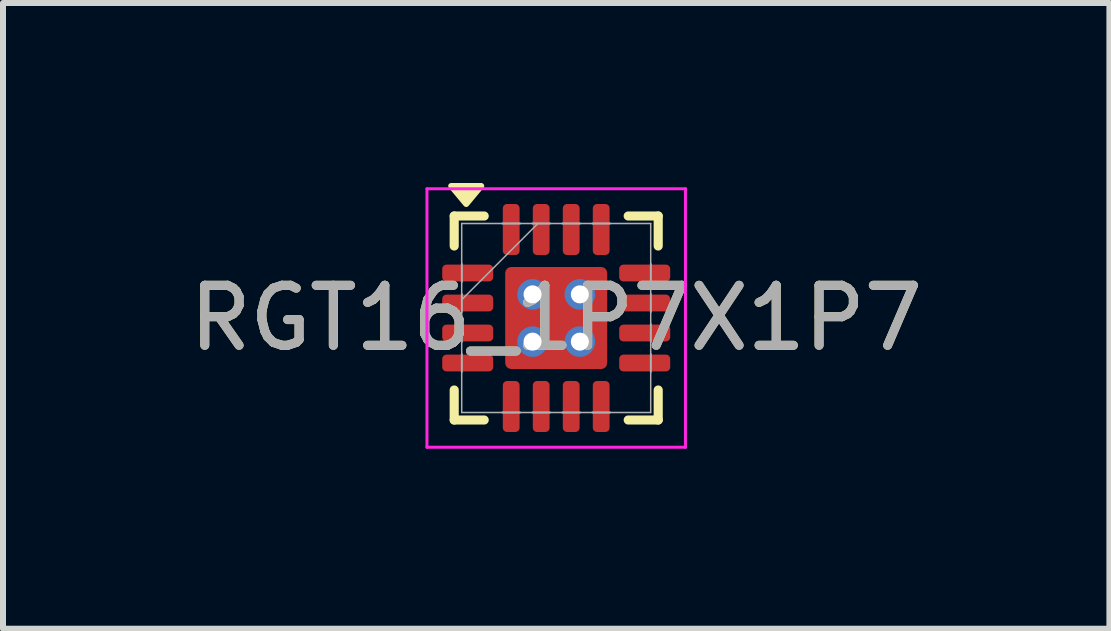
<source format=kicad_pcb>
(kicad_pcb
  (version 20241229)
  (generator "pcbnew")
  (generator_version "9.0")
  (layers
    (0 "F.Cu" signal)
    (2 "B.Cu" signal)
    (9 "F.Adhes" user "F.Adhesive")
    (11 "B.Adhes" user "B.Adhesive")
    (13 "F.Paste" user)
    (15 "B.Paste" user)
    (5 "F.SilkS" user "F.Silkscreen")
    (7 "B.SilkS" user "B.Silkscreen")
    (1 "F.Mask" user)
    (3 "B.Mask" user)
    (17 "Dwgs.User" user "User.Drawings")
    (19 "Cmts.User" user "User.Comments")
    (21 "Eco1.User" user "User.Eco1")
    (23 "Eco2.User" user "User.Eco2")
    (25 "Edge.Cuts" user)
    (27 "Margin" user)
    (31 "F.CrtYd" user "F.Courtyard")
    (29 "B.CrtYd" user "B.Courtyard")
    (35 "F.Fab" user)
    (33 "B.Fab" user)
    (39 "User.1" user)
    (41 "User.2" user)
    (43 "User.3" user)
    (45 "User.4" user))
  (footprint "RGT16_1P7X1P7"
    (layer "F.Cu")
    (at 6.22 2.25)
    (property "Reference" "RGT16_1P7X1P7" (at 0 0 0) (unlocked yes) (layer "F.SilkS") (effects (font (size 1 1) (thickness 0.15))))
    (attr smd)
    (fp_rect (start -0.8 -0.8) (end 0.8 0.8) (stroke (width 0.1) (type default)) (fill yes) (layer "F.Mask"))
    (fp_line (start -1.7 -1.7) (end -1.7 -1.2) (stroke (width 0.152) (type solid)) (layer "F.SilkS"))
    (fp_line (start -1.7 1.7) (end -1.7 1.2) (stroke (width 0.152) (type solid)) (layer "F.SilkS"))
    (fp_line (start -1.2 -1.7) (end -1.7 -1.7) (stroke (width 0.152) (type solid)) (layer "F.SilkS"))
    (fp_line (start -1.2 1.7) (end -1.7 1.7) (stroke (width 0.152) (type solid)) (layer "F.SilkS"))
    (fp_line (start 1.2 -1.7) (end 1.7 -1.7) (stroke (width 0.152) (type solid)) (layer "F.SilkS"))
    (fp_line (start 1.2 1.7) (end 1.7 1.7) (stroke (width 0.152) (type solid)) (layer "F.SilkS"))
    (fp_line (start 1.7 -1.7) (end 1.7 -1.2) (stroke (width 0.152) (type solid)) (layer "F.SilkS"))
    (fp_line (start 1.7 1.7) (end 1.7 1.2) (stroke (width 0.152) (type solid)) (layer "F.SilkS"))
    (fp_poly (pts (xy -1.5 -1.9) (xy -1.75 -2.2) (xy -1.25 -2.2)) (stroke (width 0.1) (type solid)) (fill yes) (layer "F.SilkS"))
    (fp_circle (center 0 0) (end 0.15 -0.2) (stroke (width 0.1) (type default)) (fill yes) (layer "F.Paste"))
    (fp_poly (pts (xy -0.775 -0.775) (xy -0.775 -0.494) (xy -0.635 -0.494) (xy -0.494 -0.635) (xy -0.494 -0.775)) (stroke (width 0) (type solid)) (fill yes) (layer "F.Paste"))
    (fp_poly (pts (xy -0.775 0.494) (xy -0.775 0.775) (xy -0.494 0.775) (xy -0.494 0.635) (xy -0.635 0.494)) (stroke (width 0) (type solid)) (fill yes) (layer "F.Paste"))
    (fp_poly (pts (xy 0.494 -0.775) (xy 0.494 -0.635) (xy 0.635 -0.494) (xy 0.775 -0.494) (xy 0.775 -0.775)) (stroke (width 0) (type solid)) (fill yes) (layer "F.Paste"))
    (fp_poly (pts (xy 0.635 0.494) (xy 0.494 0.635) (xy 0.494 0.775) (xy 0.775 0.775) (xy 0.775 0.494)) (stroke (width 0) (type solid)) (fill yes) (layer "F.Paste"))
    (fp_poly (pts (xy -0.775 -0.294) (xy -0.775 0.294) (xy -0.635 0.294) (xy -0.494 0.152) (xy -0.494 -0.152) (xy -0.635 -0.294)) (stroke (width 0) (type solid)) (fill yes) (layer "F.Paste"))
    (fp_poly (pts (xy -0.294 -0.775) (xy -0.294 -0.635) (xy -0.152 -0.494) (xy 0.152 -0.494) (xy 0.294 -0.635) (xy 0.294 -0.775)) (stroke (width 0) (type solid)) (fill yes) (layer "F.Paste"))
    (fp_poly (pts (xy -0.152 0.494) (xy -0.294 0.635) (xy -0.294 0.775) (xy 0.294 0.775) (xy 0.294 0.635) (xy 0.152 0.494)) (stroke (width 0) (type solid)) (fill yes) (layer "F.Paste"))
    (fp_poly (pts (xy 0.635 -0.294) (xy 0.494 -0.152) (xy 0.494 0.152) (xy 0.635 0.294) (xy 0.775 0.294) (xy 0.775 -0.294)) (stroke (width 0) (type solid)) (fill yes) (layer "F.Paste"))
    (fp_line (start -2.154 -2.154) (end 2.154 -2.154) (stroke (width 0.05) (type solid)) (layer "F.CrtYd"))
    (fp_line (start -2.154 2.154) (end -2.154 -2.154) (stroke (width 0.05) (type solid)) (layer "F.CrtYd"))
    (fp_line (start 2.154 -2.154) (end 2.154 2.154) (stroke (width 0.05) (type solid)) (layer "F.CrtYd"))
    (fp_line (start 2.154 2.154) (end -2.154 2.154) (stroke (width 0.05) (type solid)) (layer "F.CrtYd"))
    (fp_line (start -1.575 -1.575) (end -1.575 1.575) (stroke (width 0.025) (type solid)) (layer "F.Fab"))
    (fp_line (start -1.575 -0.9) (end -1.575 -0.9) (stroke (width 0.025) (type solid)) (layer "F.Fab"))
    (fp_line (start -1.575 -0.9) (end -1.575 -0.6) (stroke (width 0.025) (type solid)) (layer "F.Fab"))
    (fp_line (start -1.575 -0.6) (end -1.575 -0.9) (stroke (width 0.025) (type solid)) (layer "F.Fab"))
    (fp_line (start -1.575 -0.6) (end -1.575 -0.6) (stroke (width 0.025) (type solid)) (layer "F.Fab"))
    (fp_line (start -1.575 -0.4) (end -1.575 -0.4) (stroke (width 0.025) (type solid)) (layer "F.Fab"))
    (fp_line (start -1.575 -0.4) (end -1.575 -0.1) (stroke (width 0.025) (type solid)) (layer "F.Fab"))
    (fp_line (start -1.575 -0.305) (end -0.305 -1.575) (stroke (width 0.025) (type solid)) (layer "F.Fab"))
    (fp_line (start -1.575 -0.1) (end -1.575 -0.4) (stroke (width 0.025) (type solid)) (layer "F.Fab"))
    (fp_line (start -1.575 -0.1) (end -1.575 -0.1) (stroke (width 0.025) (type solid)) (layer "F.Fab"))
    (fp_line (start -1.575 0.1) (end -1.575 0.1) (stroke (width 0.025) (type solid)) (layer "F.Fab"))
    (fp_line (start -1.575 0.1) (end -1.575 0.4) (stroke (width 0.025) (type solid)) (layer "F.Fab"))
    (fp_line (start -1.575 0.4) (end -1.575 0.1) (stroke (width 0.025) (type solid)) (layer "F.Fab"))
    (fp_line (start -1.575 0.4) (end -1.575 0.4) (stroke (width 0.025) (type solid)) (layer "F.Fab"))
    (fp_line (start -1.575 0.6) (end -1.575 0.6) (stroke (width 0.025) (type solid)) (layer "F.Fab"))
    (fp_line (start -1.575 0.6) (end -1.575 0.9) (stroke (width 0.025) (type solid)) (layer "F.Fab"))
    (fp_line (start -1.575 0.9) (end -1.575 0.6) (stroke (width 0.025) (type solid)) (layer "F.Fab"))
    (fp_line (start -1.575 0.9) (end -1.575 0.9) (stroke (width 0.025) (type solid)) (layer "F.Fab"))
    (fp_line (start -1.575 1.575) (end 1.575 1.575) (stroke (width 0.025) (type solid)) (layer "F.Fab"))
    (fp_line (start -0.9 -1.575) (end -0.9 -1.575) (stroke (width 0.025) (type solid)) (layer "F.Fab"))
    (fp_line (start -0.9 -1.575) (end -0.6 -1.575) (stroke (width 0.025) (type solid)) (layer "F.Fab"))
    (fp_line (start -0.9 1.575) (end -0.9 1.575) (stroke (width 0.025) (type solid)) (layer "F.Fab"))
    (fp_line (start -0.9 1.575) (end -0.6 1.575) (stroke (width 0.025) (type solid)) (layer "F.Fab"))
    (fp_line (start -0.6 -1.575) (end -0.9 -1.575) (stroke (width 0.025) (type solid)) (layer "F.Fab"))
    (fp_line (start -0.6 -1.575) (end -0.6 -1.575) (stroke (width 0.025) (type solid)) (layer "F.Fab"))
    (fp_line (start -0.6 1.575) (end -0.9 1.575) (stroke (width 0.025) (type solid)) (layer "F.Fab"))
    (fp_line (start -0.6 1.575) (end -0.6 1.575) (stroke (width 0.025) (type solid)) (layer "F.Fab"))
    (fp_line (start -0.4 -1.575) (end -0.4 -1.575) (stroke (width 0.025) (type solid)) (layer "F.Fab"))
    (fp_line (start -0.4 -1.575) (end -0.1 -1.575) (stroke (width 0.025) (type solid)) (layer "F.Fab"))
    (fp_line (start -0.4 1.575) (end -0.4 1.575) (stroke (width 0.025) (type solid)) (layer "F.Fab"))
    (fp_line (start -0.4 1.575) (end -0.1 1.575) (stroke (width 0.025) (type solid)) (layer "F.Fab"))
    (fp_line (start -0.1 -1.575) (end -0.4 -1.575) (stroke (width 0.025) (type solid)) (layer "F.Fab"))
    (fp_line (start -0.1 -1.575) (end -0.1 -1.575) (stroke (width 0.025) (type solid)) (layer "F.Fab"))
    (fp_line (start -0.1 1.575) (end -0.4 1.575) (stroke (width 0.025) (type solid)) (layer "F.Fab"))
    (fp_line (start -0.1 1.575) (end -0.1 1.575) (stroke (width 0.025) (type solid)) (layer "F.Fab"))
    (fp_line (start 0.1 -1.575) (end 0.1 -1.575) (stroke (width 0.025) (type solid)) (layer "F.Fab"))
    (fp_line (start 0.1 -1.575) (end 0.4 -1.575) (stroke (width 0.025) (type solid)) (layer "F.Fab"))
    (fp_line (start 0.1 1.575) (end 0.1 1.575) (stroke (width 0.025) (type solid)) (layer "F.Fab"))
    (fp_line (start 0.1 1.575) (end 0.4 1.575) (stroke (width 0.025) (type solid)) (layer "F.Fab"))
    (fp_line (start 0.4 -1.575) (end 0.1 -1.575) (stroke (width 0.025) (type solid)) (layer "F.Fab"))
    (fp_line (start 0.4 -1.575) (end 0.4 -1.575) (stroke (width 0.025) (type solid)) (layer "F.Fab"))
    (fp_line (start 0.4 1.575) (end 0.1 1.575) (stroke (width 0.025) (type solid)) (layer "F.Fab"))
    (fp_line (start 0.4 1.575) (end 0.4 1.575) (stroke (width 0.025) (type solid)) (layer "F.Fab"))
    (fp_line (start 0.6 -1.575) (end 0.6 -1.575) (stroke (width 0.025) (type solid)) (layer "F.Fab"))
    (fp_line (start 0.6 -1.575) (end 0.9 -1.575) (stroke (width 0.025) (type solid)) (layer "F.Fab"))
    (fp_line (start 0.6 1.575) (end 0.6 1.575) (stroke (width 0.025) (type solid)) (layer "F.Fab"))
    (fp_line (start 0.6 1.575) (end 0.9 1.575) (stroke (width 0.025) (type solid)) (layer "F.Fab"))
    (fp_line (start 0.9 -1.575) (end 0.6 -1.575) (stroke (width 0.025) (type solid)) (layer "F.Fab"))
    (fp_line (start 0.9 -1.575) (end 0.9 -1.575) (stroke (width 0.025) (type solid)) (layer "F.Fab"))
    (fp_line (start 0.9 1.575) (end 0.6 1.575) (stroke (width 0.025) (type solid)) (layer "F.Fab"))
    (fp_line (start 0.9 1.575) (end 0.9 1.575) (stroke (width 0.025) (type solid)) (layer "F.Fab"))
    (fp_line (start 1.575 -1.575) (end -1.575 -1.575) (stroke (width 0.025) (type solid)) (layer "F.Fab"))
    (fp_line (start 1.575 -0.9) (end 1.575 -0.9) (stroke (width 0.025) (type solid)) (layer "F.Fab"))
    (fp_line (start 1.575 -0.9) (end 1.575 -0.6) (stroke (width 0.025) (type solid)) (layer "F.Fab"))
    (fp_line (start 1.575 -0.6) (end 1.575 -0.9) (stroke (width 0.025) (type solid)) (layer "F.Fab"))
    (fp_line (start 1.575 -0.6) (end 1.575 -0.6) (stroke (width 0.025) (type solid)) (layer "F.Fab"))
    (fp_line (start 1.575 -0.4) (end 1.575 -0.4) (stroke (width 0.025) (type solid)) (layer "F.Fab"))
    (fp_line (start 1.575 -0.4) (end 1.575 -0.1) (stroke (width 0.025) (type solid)) (layer "F.Fab"))
    (fp_line (start 1.575 -0.1) (end 1.575 -0.4) (stroke (width 0.025) (type solid)) (layer "F.Fab"))
    (fp_line (start 1.575 -0.1) (end 1.575 -0.1) (stroke (width 0.025) (type solid)) (layer "F.Fab"))
    (fp_line (start 1.575 0.1) (end 1.575 0.1) (stroke (width 0.025) (type solid)) (layer "F.Fab"))
    (fp_line (start 1.575 0.1) (end 1.575 0.4) (stroke (width 0.025) (type solid)) (layer "F.Fab"))
    (fp_line (start 1.575 0.4) (end 1.575 0.1) (stroke (width 0.025) (type solid)) (layer "F.Fab"))
    (fp_line (start 1.575 0.4) (end 1.575 0.4) (stroke (width 0.025) (type solid)) (layer "F.Fab"))
    (fp_line (start 1.575 0.6) (end 1.575 0.6) (stroke (width 0.025) (type solid)) (layer "F.Fab"))
    (fp_line (start 1.575 0.6) (end 1.575 0.9) (stroke (width 0.025) (type solid)) (layer "F.Fab"))
    (fp_line (start 1.575 0.9) (end 1.575 0.6) (stroke (width 0.025) (type solid)) (layer "F.Fab"))
    (fp_line (start 1.575 0.9) (end 1.575 0.9) (stroke (width 0.025) (type solid)) (layer "F.Fab"))
    (fp_line (start 1.575 1.575) (end 1.575 -1.575) (stroke (width 0.025) (type solid)) (layer "F.Fab"))
    (fp_text user "${REFERENCE}" (at 0 0 0) (unlocked yes) (layer "F.Fab") (effects (font (size 1 1) (thickness 0.15))))
    (pad "1" smd roundrect (at -1.475 -0.75 90) (size 0.28 0.85) (layers "F.Cu" "F.Mask" "F.Paste") (roundrect_rratio 0.25))
    (pad "2" smd roundrect (at -1.475 -0.25 90) (size 0.28 0.85) (layers "F.Cu" "F.Mask" "F.Paste") (roundrect_rratio 0.25))
    (pad "3" smd roundrect (at -1.475 0.25 90) (size 0.28 0.85) (layers "F.Cu" "F.Mask" "F.Paste") (roundrect_rratio 0.25))
    (pad "4" smd roundrect (at -1.475 0.75 90) (size 0.28 0.85) (layers "F.Cu" "F.Mask" "F.Paste") (roundrect_rratio 0.25))
    (pad "5" smd roundrect (at -0.75 1.475) (size 0.28 0.85) (layers "F.Cu" "F.Mask" "F.Paste") (roundrect_rratio 0.25))
    (pad "6" smd roundrect (at -0.25 1.475) (size 0.28 0.85) (layers "F.Cu" "F.Mask" "F.Paste") (roundrect_rratio 0.25))
    (pad "7" smd roundrect (at 0.25 1.475) (size 0.28 0.85) (layers "F.Cu" "F.Mask" "F.Paste") (roundrect_rratio 0.25))
    (pad "8" smd roundrect (at 0.75 1.475) (size 0.28 0.85) (layers "F.Cu" "F.Mask" "F.Paste") (roundrect_rratio 0.25))
    (pad "9" smd roundrect (at 1.475 0.75 90) (size 0.28 0.85) (layers "F.Cu" "F.Mask" "F.Paste") (roundrect_rratio 0.25))
    (pad "10" smd roundrect (at 1.475 0.25 90) (size 0.28 0.85) (layers "F.Cu" "F.Mask" "F.Paste") (roundrect_rratio 0.25))
    (pad "11" smd roundrect (at 1.475 -0.25 90) (size 0.28 0.85) (layers "F.Cu" "F.Mask" "F.Paste") (roundrect_rratio 0.25))
    (pad "12" smd roundrect (at 1.475 -0.75 90) (size 0.28 0.85) (layers "F.Cu" "F.Mask" "F.Paste") (roundrect_rratio 0.25))
    (pad "13" smd roundrect (at 0.75 -1.475) (size 0.28 0.85) (layers "F.Cu" "F.Mask" "F.Paste") (roundrect_rratio 0.25))
    (pad "14" smd roundrect (at 0.25 -1.475) (size 0.28 0.85) (layers "F.Cu" "F.Mask" "F.Paste") (roundrect_rratio 0.25))
    (pad "15" smd roundrect (at -0.25 -1.475) (size 0.28 0.85) (layers "F.Cu" "F.Mask" "F.Paste") (roundrect_rratio 0.25))
    (pad "16" smd roundrect (at -0.75 -1.475) (size 0.28 0.85) (layers "F.Cu" "F.Mask" "F.Paste") (roundrect_rratio 0.25))
    (pad "17" thru_hole circle (at -0.394 -0.394) (size 0.508 0.508) (drill 0.3) (layers "*.Cu" "*.Mask"))
    (pad "17" thru_hole circle (at -0.394 0.394) (size 0.508 0.508) (drill 0.3) (layers "*.Cu" "*.Mask"))
    (pad "17" smd roundrect (at 0 0) (size 1.7 1.7) (layers "F.Cu") (roundrect_rratio 0.059))
    (pad "17" thru_hole circle (at 0.394 -0.394) (size 0.508 0.508) (drill 0.3) (layers "*.Cu" "*.Mask"))
    (pad "17" thru_hole circle (at 0.394 0.394) (size 0.508 0.508) (drill 0.3) (layers "*.Cu" "*.Mask")))
  (gr_rect
    (start -3 -3)
    (end 15.44 7.429)
    (stroke (width 0.1) (type default))
    (fill no)
    (layer "Edge.Cuts")))
</source>
